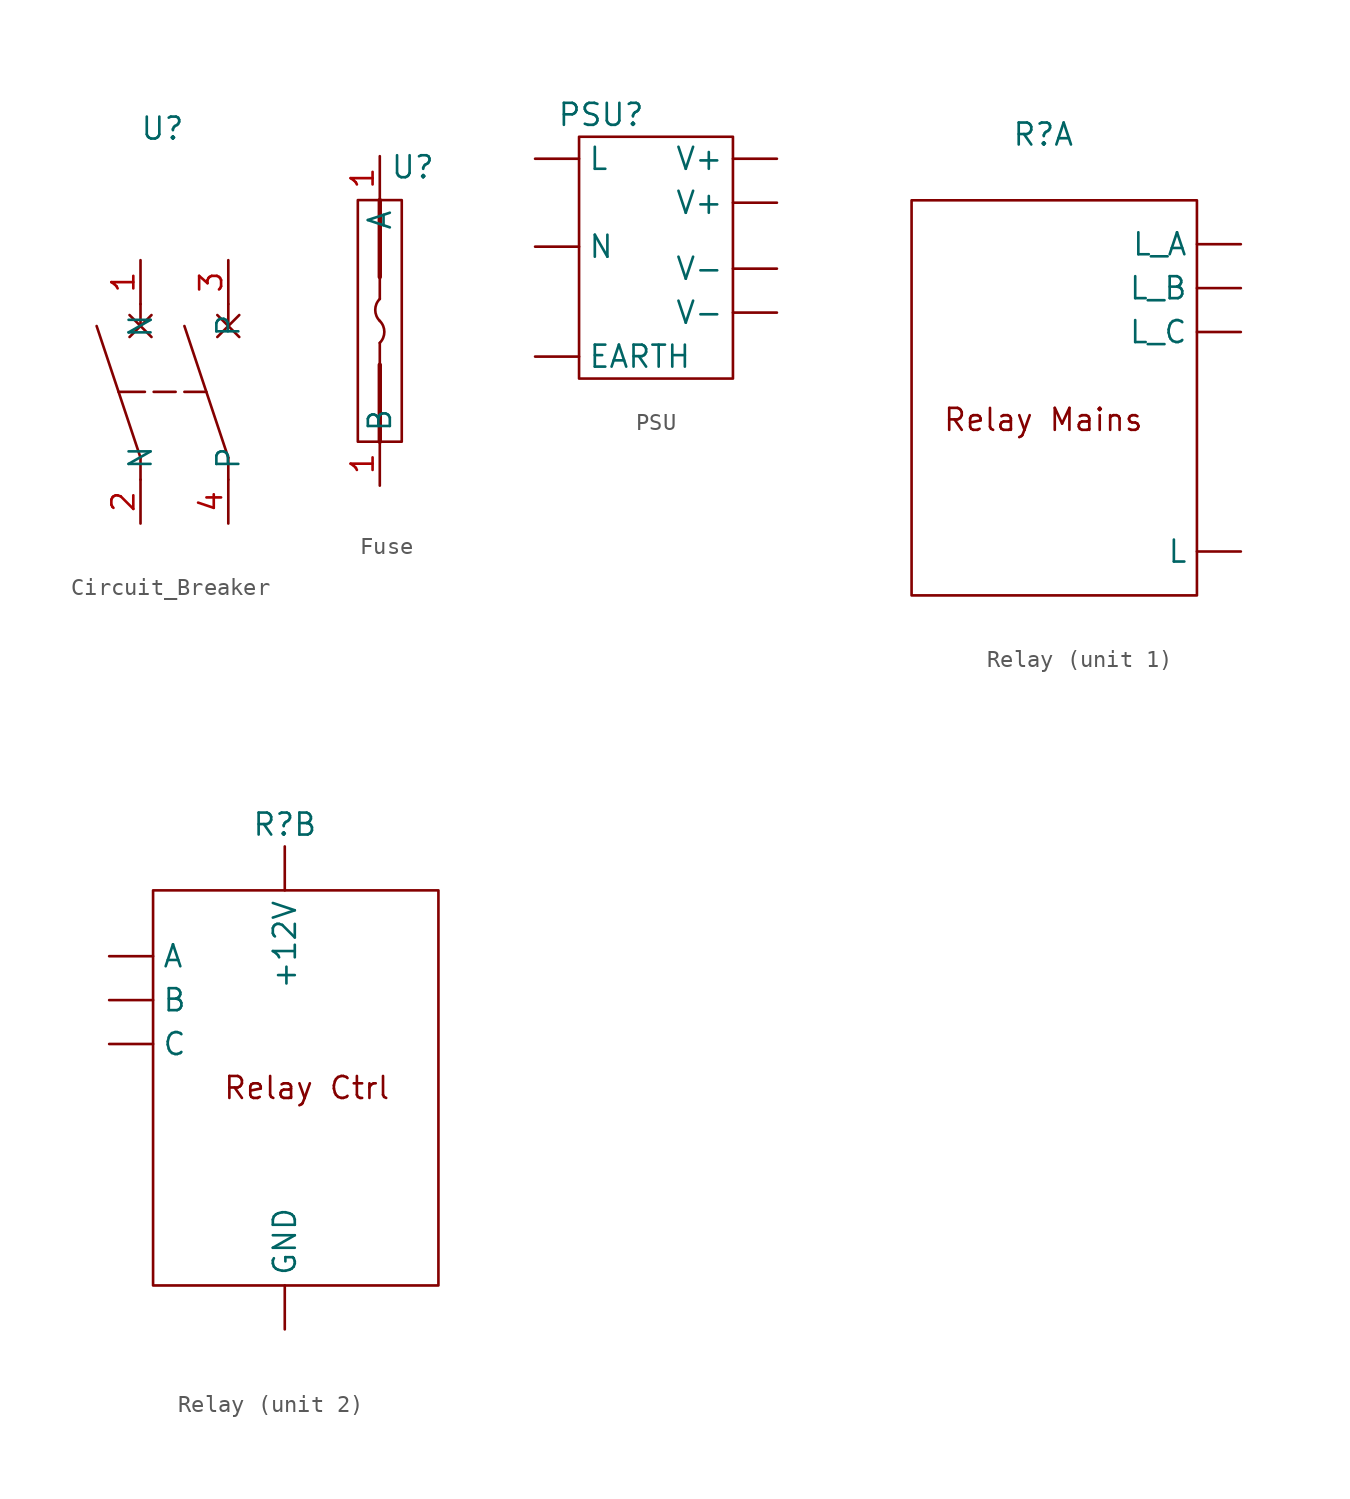
<source format=kicad_sym>
(kicad_symbol_lib
  (version 20231120)
  (generator "kicad_symbol_editor")
  (generator_version "8.0")
  (symbol "Circuit_Breaker"
    (property "Reference" "U"
      (at 0 0 0)
      (effects (font (size 1.27 1.27))))
    (property "Value" ""
      (at 0 0 0)
      (effects (font (size 1.27 1.27))))
    (symbol "Circuit_Breaker_0_1"
      (polyline (pts (xy -2.54 -15.24) (xy -1.016 -15.24)) (stroke (width 0) (type default)) (fill (type none)))
      (polyline (pts (xy -1.27 -19.05) (xy -3.81 -11.43)) (stroke (width 0) (type default)) (fill (type none)))
      (polyline (pts (xy -0.508 -15.24) (xy 0.762 -15.24)) (stroke (width 0) (type default)) (fill (type none)))
      (polyline (pts (xy 1.27 -15.24) (xy 2.54 -15.24)) (stroke (width 0) (type default)) (fill (type none)))
      (polyline (pts (xy 3.81 -20.32) (xy 3.81 -19.05)) (stroke (width 0) (type default)) (fill (type none)))
      (polyline (pts (xy 3.81 -19.05) (xy 1.27 -11.43)) (stroke (width 0) (type default)) (fill (type none))))
    (symbol "Circuit_Breaker_1_1"
      (polyline (pts (xy -1.905 -10.795) (xy -0.635 -12.065)) (stroke (width 0) (type default)) (fill (type none)))
      (polyline (pts (xy -1.27 -19.05) (xy -1.27 -20.32)) (stroke (width 0) (type default)) (fill (type none)))
      (polyline (pts (xy -1.27 -10.16) (xy -1.27 -11.43)) (stroke (width 0) (type default)) (fill (type none)))
      (polyline (pts (xy -0.635 -10.795) (xy -1.905 -12.065)) (stroke (width 0) (type default)) (fill (type none)))
      (polyline (pts (xy 3.175 -10.795) (xy 4.445 -12.065)) (stroke (width 0) (type default)) (fill (type none)))
      (polyline (pts (xy 3.81 -10.16) (xy 3.81 -11.43)) (stroke (width 0) (type default)) (fill (type none)))
      (polyline (pts (xy 4.445 -10.795) (xy 3.175 -12.065)) (stroke (width 0) (type default)) (fill (type none)))
      (pin power_out line (at -1.27 -7.62 270) (length 2.54) (name "N" (effects (font (size 1.27 1.27)))) (number "1" (effects (font (size 1.27 1.27)))))
      (pin power_in line (at -1.27 -22.86 90) (length 2.54) (name "N" (effects (font (size 1.27 1.27)))) (number "2" (effects (font (size 1.27 1.27)))))
      (pin power_out line (at 3.81 -7.62 270) (length 2.54) (name "P" (effects (font (size 1.27 1.27)))) (number "3" (effects (font (size 1.27 1.27)))))
      (pin power_in line (at 3.81 -22.86 90) (length 2.54) (name "P" (effects (font (size 1.27 1.27)))) (number "4" (effects (font (size 1.27 1.27)))))))
  (symbol "Fuse"
    (property "Reference" "U"
      (at 1.905 -3.175 0)
      (effects (font (size 1.27 1.27))))
    (property "Value" ""
      (at 0 0 0)
      (effects (font (size 1.27 1.27)) (justify left)))
    (symbol "Fuse_0_1"
      (rectangle (start -1.27 -5.08) (end 1.27 -19.05) (stroke (width 0) (type default)) (fill (type none)))
      (arc (start 0 -13.335) (mid 0.263 -12.7) (end 0 -12.065) (stroke (width 0) (type default)) (fill (type none)))
      (arc (start 0 -10.795) (mid -0.263 -11.43) (end 0 -12.065) (stroke (width 0) (type default)) (fill (type none)))
      (polyline (pts (xy 0 -19.05) (xy 0 -14.605)) (stroke (width 0.254) (type default)) (fill (type none)))
      (polyline (pts (xy 0 -13.335) (xy 0 -14.605)) (stroke (width 0) (type default)) (fill (type none)))
      (polyline (pts (xy 0 -10.795) (xy 0 -9.525)) (stroke (width 0) (type default)) (fill (type none)))
      (polyline (pts (xy 0 -9.525) (xy 0 -5.08)) (stroke (width 0.254) (type default)) (fill (type none))))
    (symbol "Fuse_1_1"
      (pin bidirectional line (at 0 -2.54 270) (length 2.54) (name "A" (effects (font (size 1.27 1.27)))) (number "1" (effects (font (size 1.27 1.27)))))
      (pin bidirectional line (at 0 -21.59 90) (length 2.54) (name "B" (effects (font (size 1.27 1.27)))) (number "1" (effects (font (size 1.27 1.27)))))))
  (symbol "PSU"
    (property "Reference" "PSU"
      (at 0 0 0)
      (effects (font (size 1.27 1.27))))
    (property "Value" ""
      (at 0 0 0)
      (effects (font (size 1.27 1.27))))
    (symbol "PSU_0_1"
      (rectangle (start -1.27 -1.27) (end 7.62 -15.24) (stroke (width 0) (type default)) (fill (type none))))
    (symbol "PSU_1_1"
      (pin passive line (at -3.81 -13.97 0) (length 2.54) (name "EARTH" (effects (font (size 1.27 1.27)))) (number "" (effects (font (size 1.27 1.27)))))
      (pin power_in line (at -3.81 -2.54 0) (length 2.54) (name "L" (effects (font (size 1.27 1.27)))) (number "" (effects (font (size 1.27 1.27)))))
      (pin power_in line (at -3.81 -7.62 0) (length 2.54) (name "N" (effects (font (size 1.27 1.27)))) (number "" (effects (font (size 1.27 1.27)))))
      (pin power_in line (at 10.16 -5.08 180) (length 2.54) (name "V+" (effects (font (size 1.27 1.27)))) (number "" (effects (font (size 1.27 1.27)))))
      (pin power_in line (at 10.16 -2.54 180) (length 2.54) (name "V+" (effects (font (size 1.27 1.27)))) (number "" (effects (font (size 1.27 1.27)))))
      (pin power_in line (at 10.16 -11.43 180) (length 2.54) (name "V-" (effects (font (size 1.27 1.27)))) (number "" (effects (font (size 1.27 1.27)))))
      (pin power_in line (at 10.16 -8.89 180) (length 2.54) (name "V-" (effects (font (size 1.27 1.27)))) (number "" (effects (font (size 1.27 1.27)))))))
  (symbol "Relay"
    (property "Reference" "R"
      (at 0 0 0)
      (effects (font (size 1.27 1.27))))
    (property "Value" ""
      (at 0 0 0)
      (effects (font (size 1.27 1.27))))
    (property "ki_locked" ""
      (at 0 0 0)
      (effects (font (size 1.27 1.27))))
    (symbol "Relay_0_1"
      (rectangle (start -7.62 -3.81) (end 8.89 -26.67) (stroke (width 0) (type default)) (fill (type none))))
    (symbol "Relay_1_1"
      (text "Relay Mains" (at 0 -16.51 0) (effects (font (size 1.27 1.27))))
      (pin passive line (at 11.43 -24.13 180) (length 2.54) (name "L" (effects (font (size 1.27 1.27)))) (number "" (effects (font (size 1.27 1.27)))))
      (pin passive line (at 11.43 -6.35 180) (length 2.54) (name "L_A" (effects (font (size 1.27 1.27)))) (number "" (effects (font (size 1.27 1.27)))))
      (pin passive line (at 11.43 -8.89 180) (length 2.54) (name "L_B" (effects (font (size 1.27 1.27)))) (number "" (effects (font (size 1.27 1.27)))))
      (pin passive line (at 11.43 -11.43 180) (length 2.54) (name "L_C" (effects (font (size 1.27 1.27)))) (number "" (effects (font (size 1.27 1.27))))))
    (symbol "Relay_2_1"
      (text "Relay Ctrl" (at 1.27 -15.24 0) (effects (font (size 1.27 1.27))))
      (pin power_in line (at 0 -1.27 270) (length 2.54) (name "+12V" (effects (font (size 1.27 1.27)))) (number "" (effects (font (size 1.27 1.27)))))
      (pin input line (at -10.16 -7.62 0) (length 2.54) (name "A" (effects (font (size 1.27 1.27)))) (number "" (effects (font (size 1.27 1.27)))))
      (pin input line (at -10.16 -10.16 0) (length 2.54) (name "B" (effects (font (size 1.27 1.27)))) (number "" (effects (font (size 1.27 1.27)))))
      (pin input line (at -10.16 -12.7 0) (length 2.54) (name "C" (effects (font (size 1.27 1.27)))) (number "" (effects (font (size 1.27 1.27)))))
      (pin power_in line (at 0 -29.21 90) (length 2.54) (name "GND" (effects (font (size 1.27 1.27)))) (number "" (effects (font (size 1.27 1.27))))))))
</source>
